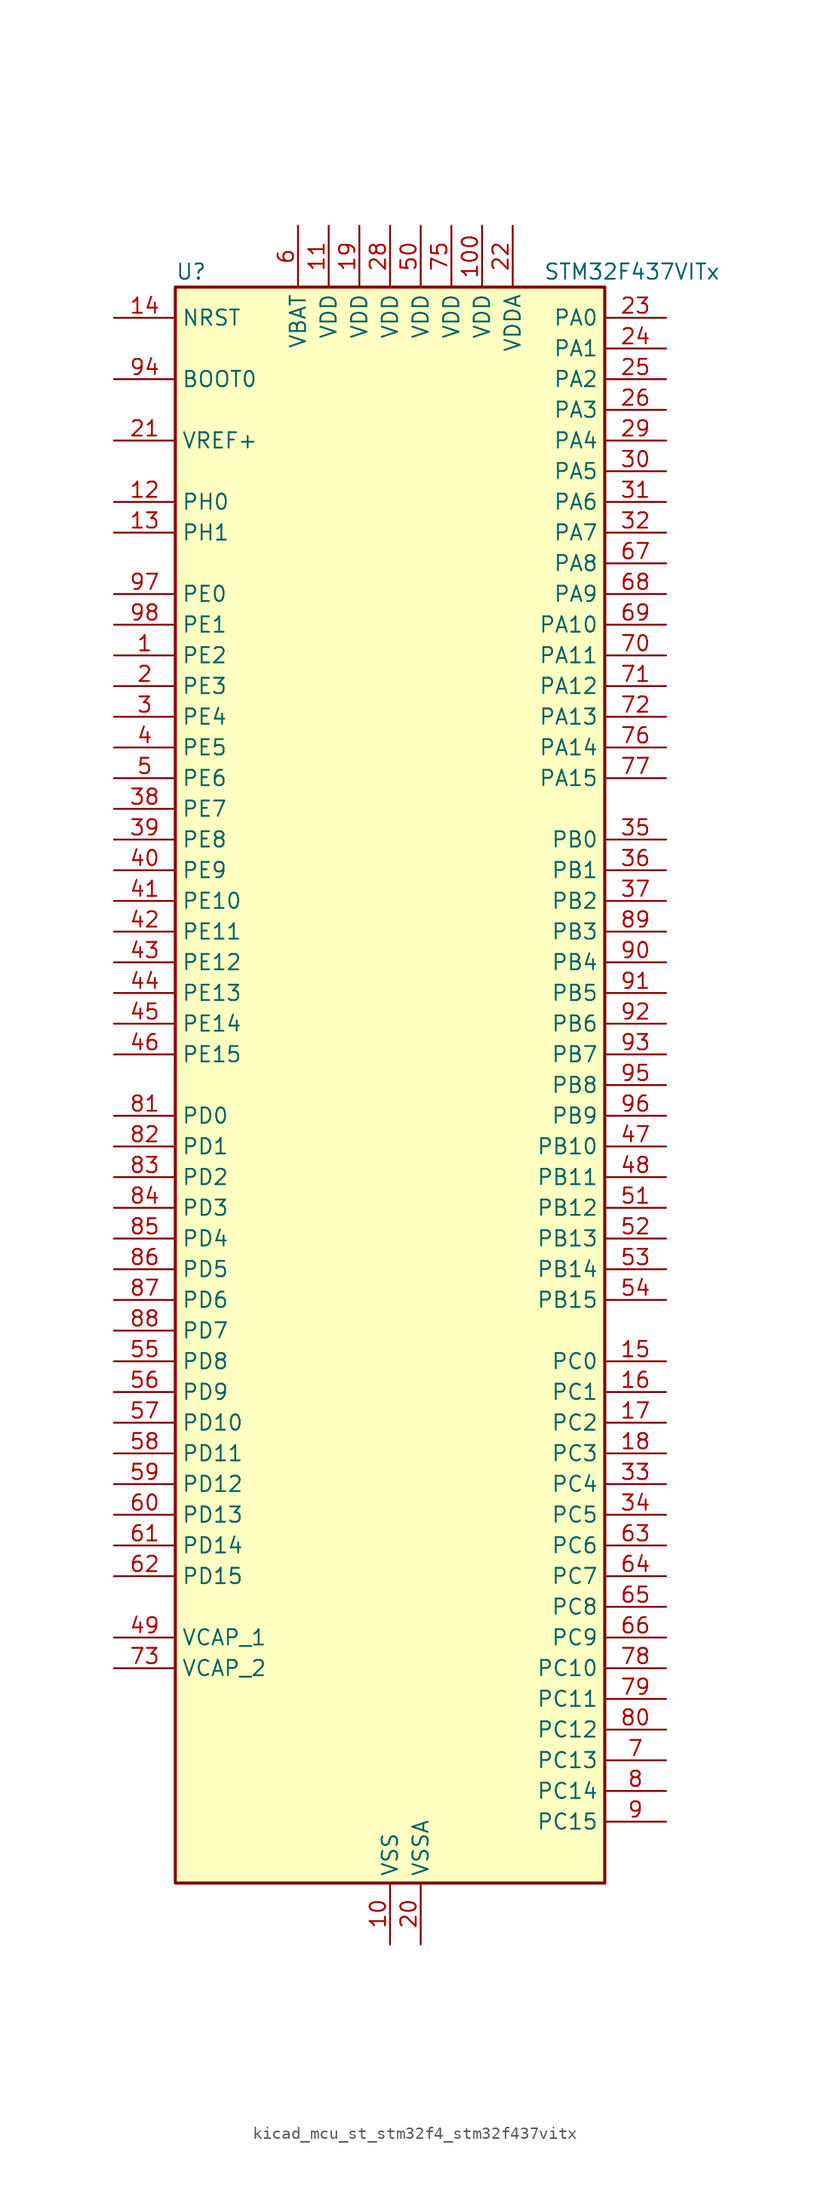
<source format=kicad_sym>
(kicad_symbol_lib
  (version 20220914)
  (generator kicad_symbol_editor)
  (symbol "kicad_mcu_st_stm32f4_stm32f437vitx"
    (property "Reference" "U"
      (at -17.78 67.31 0)
      (effects (font (size 1.27 1.27)) (justify left)))
    (property "Value" "STM32F437VITx"
      (at 12.7 67.31 0)
      (effects (font (size 1.27 1.27)) (justify left)))
    (property "ki_locked" ""
      (at 0 0 0)
      (effects (font (size 1.27 1.27))))
    (symbol "kicad_mcu_st_stm32f4_stm32f437vitx_0_1"
      (rectangle (start -17.78 -66.04) (end 17.78 66.04) (stroke (width 0.254) (type default)) (fill (type background))))
    (symbol "kicad_mcu_st_stm32f4_stm32f437vitx_1_1"
      (pin bidirectional line (at -22.86 35.56 0) (length 5.08) (name "PE2" (effects (font (size 1.27 1.27)))) (number "1" (effects (font (size 1.27 1.27)))) (alternate "ETH_TXD3" bidirectional line) (alternate "FMC_A23" bidirectional line) (alternate "SAI1_MCLK_A" bidirectional line) (alternate "SPI4_SCK" bidirectional line) (alternate "SYS_TRACECLK" bidirectional line))
      (pin power_in line (at 0 -71.12 90) (length 5.08) (name "VSS" (effects (font (size 1.27 1.27)))) (number "10" (effects (font (size 1.27 1.27)))))
      (pin power_in line (at 7.62 71.12 270) (length 5.08) (name "VDD" (effects (font (size 1.27 1.27)))) (number "100" (effects (font (size 1.27 1.27)))))
      (pin power_in line (at -5.08 71.12 270) (length 5.08) (name "VDD" (effects (font (size 1.27 1.27)))) (number "11" (effects (font (size 1.27 1.27)))))
      (pin bidirectional line (at -22.86 48.26 0) (length 5.08) (name "PH0" (effects (font (size 1.27 1.27)))) (number "12" (effects (font (size 1.27 1.27)))) (alternate "RCC_OSC_IN" bidirectional line))
      (pin bidirectional line (at -22.86 45.72 0) (length 5.08) (name "PH1" (effects (font (size 1.27 1.27)))) (number "13" (effects (font (size 1.27 1.27)))) (alternate "RCC_OSC_OUT" bidirectional line))
      (pin input line (at -22.86 63.5 0) (length 5.08) (name "NRST" (effects (font (size 1.27 1.27)))) (number "14" (effects (font (size 1.27 1.27)))))
      (pin bidirectional line (at 22.86 -22.86 180) (length 5.08) (name "PC0" (effects (font (size 1.27 1.27)))) (number "15" (effects (font (size 1.27 1.27)))) (alternate "ADC1_IN10" bidirectional line) (alternate "ADC2_IN10" bidirectional line) (alternate "ADC3_IN10" bidirectional line) (alternate "FMC_SDNWE" bidirectional line) (alternate "USB_OTG_HS_ULPI_STP" bidirectional line))
      (pin bidirectional line (at 22.86 -25.4 180) (length 5.08) (name "PC1" (effects (font (size 1.27 1.27)))) (number "16" (effects (font (size 1.27 1.27)))) (alternate "ADC1_IN11" bidirectional line) (alternate "ADC2_IN11" bidirectional line) (alternate "ADC3_IN11" bidirectional line) (alternate "ETH_MDC" bidirectional line))
      (pin bidirectional line (at 22.86 -27.94 180) (length 5.08) (name "PC2" (effects (font (size 1.27 1.27)))) (number "17" (effects (font (size 1.27 1.27)))) (alternate "ADC1_IN12" bidirectional line) (alternate "ADC2_IN12" bidirectional line) (alternate "ADC3_IN12" bidirectional line) (alternate "ETH_TXD2" bidirectional line) (alternate "FMC_SDNE0" bidirectional line) (alternate "I2S2_ext_SD" bidirectional line) (alternate "SPI2_MISO" bidirectional line) (alternate "USB_OTG_HS_ULPI_DIR" bidirectional line))
      (pin bidirectional line (at 22.86 -30.48 180) (length 5.08) (name "PC3" (effects (font (size 1.27 1.27)))) (number "18" (effects (font (size 1.27 1.27)))) (alternate "ADC1_IN13" bidirectional line) (alternate "ADC2_IN13" bidirectional line) (alternate "ADC3_IN13" bidirectional line) (alternate "ETH_TX_CLK" bidirectional line) (alternate "FMC_SDCKE0" bidirectional line) (alternate "I2S2_SD" bidirectional line) (alternate "SPI2_MOSI" bidirectional line) (alternate "USB_OTG_HS_ULPI_NXT" bidirectional line))
      (pin power_in line (at -2.54 71.12 270) (length 5.08) (name "VDD" (effects (font (size 1.27 1.27)))) (number "19" (effects (font (size 1.27 1.27)))))
      (pin bidirectional line (at -22.86 33.02 0) (length 5.08) (name "PE3" (effects (font (size 1.27 1.27)))) (number "2" (effects (font (size 1.27 1.27)))) (alternate "FMC_A19" bidirectional line) (alternate "SAI1_SD_B" bidirectional line) (alternate "SYS_TRACED0" bidirectional line))
      (pin power_in line (at 2.54 -71.12 90) (length 5.08) (name "VSSA" (effects (font (size 1.27 1.27)))) (number "20" (effects (font (size 1.27 1.27)))))
      (pin input line (at -22.86 53.34 0) (length 5.08) (name "VREF+" (effects (font (size 1.27 1.27)))) (number "21" (effects (font (size 1.27 1.27)))))
      (pin power_in line (at 10.16 71.12 270) (length 5.08) (name "VDDA" (effects (font (size 1.27 1.27)))) (number "22" (effects (font (size 1.27 1.27)))))
      (pin bidirectional line (at 22.86 63.5 180) (length 5.08) (name "PA0" (effects (font (size 1.27 1.27)))) (number "23" (effects (font (size 1.27 1.27)))) (alternate "ADC1_IN0" bidirectional line) (alternate "ADC2_IN0" bidirectional line) (alternate "ADC3_IN0" bidirectional line) (alternate "ETH_CRS" bidirectional line) (alternate "SYS_WKUP" bidirectional line) (alternate "TIM2_CH1" bidirectional line) (alternate "TIM2_ETR" bidirectional line) (alternate "TIM5_CH1" bidirectional line) (alternate "TIM8_ETR" bidirectional line) (alternate "UART4_TX" bidirectional line) (alternate "USART2_CTS" bidirectional line))
      (pin bidirectional line (at 22.86 60.96 180) (length 5.08) (name "PA1" (effects (font (size 1.27 1.27)))) (number "24" (effects (font (size 1.27 1.27)))) (alternate "ADC1_IN1" bidirectional line) (alternate "ADC2_IN1" bidirectional line) (alternate "ADC3_IN1" bidirectional line) (alternate "ETH_REF_CLK" bidirectional line) (alternate "ETH_RX_CLK" bidirectional line) (alternate "TIM2_CH2" bidirectional line) (alternate "TIM5_CH2" bidirectional line) (alternate "UART4_RX" bidirectional line) (alternate "USART2_RTS" bidirectional line))
      (pin bidirectional line (at 22.86 58.42 180) (length 5.08) (name "PA2" (effects (font (size 1.27 1.27)))) (number "25" (effects (font (size 1.27 1.27)))) (alternate "ADC1_IN2" bidirectional line) (alternate "ADC2_IN2" bidirectional line) (alternate "ADC3_IN2" bidirectional line) (alternate "ETH_MDIO" bidirectional line) (alternate "TIM2_CH3" bidirectional line) (alternate "TIM5_CH3" bidirectional line) (alternate "TIM9_CH1" bidirectional line) (alternate "USART2_TX" bidirectional line))
      (pin bidirectional line (at 22.86 55.88 180) (length 5.08) (name "PA3" (effects (font (size 1.27 1.27)))) (number "26" (effects (font (size 1.27 1.27)))) (alternate "ADC1_IN3" bidirectional line) (alternate "ADC2_IN3" bidirectional line) (alternate "ADC3_IN3" bidirectional line) (alternate "ETH_COL" bidirectional line) (alternate "TIM2_CH4" bidirectional line) (alternate "TIM5_CH4" bidirectional line) (alternate "TIM9_CH2" bidirectional line) (alternate "USART2_RX" bidirectional line) (alternate "USB_OTG_HS_ULPI_D0" bidirectional line))
      (pin passive line (at 0 -71.12 90) (length 5.08) hide (name "VSS" (effects (font (size 1.27 1.27)))) (number "27" (effects (font (size 1.27 1.27)))))
      (pin power_in line (at 0 71.12 270) (length 5.08) (name "VDD" (effects (font (size 1.27 1.27)))) (number "28" (effects (font (size 1.27 1.27)))))
      (pin bidirectional line (at 22.86 53.34 180) (length 5.08) (name "PA4" (effects (font (size 1.27 1.27)))) (number "29" (effects (font (size 1.27 1.27)))) (alternate "ADC1_IN4" bidirectional line) (alternate "ADC2_IN4" bidirectional line) (alternate "DAC_OUT1" bidirectional line) (alternate "DCMI_HSYNC" bidirectional line) (alternate "I2S3_WS" bidirectional line) (alternate "SPI1_NSS" bidirectional line) (alternate "SPI3_NSS" bidirectional line) (alternate "USART2_CK" bidirectional line) (alternate "USB_OTG_HS_SOF" bidirectional line))
      (pin bidirectional line (at -22.86 30.48 0) (length 5.08) (name "PE4" (effects (font (size 1.27 1.27)))) (number "3" (effects (font (size 1.27 1.27)))) (alternate "DCMI_D4" bidirectional line) (alternate "FMC_A20" bidirectional line) (alternate "SAI1_FS_A" bidirectional line) (alternate "SPI4_NSS" bidirectional line) (alternate "SYS_TRACED1" bidirectional line))
      (pin bidirectional line (at 22.86 50.8 180) (length 5.08) (name "PA5" (effects (font (size 1.27 1.27)))) (number "30" (effects (font (size 1.27 1.27)))) (alternate "ADC1_IN5" bidirectional line) (alternate "ADC2_IN5" bidirectional line) (alternate "DAC_OUT2" bidirectional line) (alternate "SPI1_SCK" bidirectional line) (alternate "TIM2_CH1" bidirectional line) (alternate "TIM2_ETR" bidirectional line) (alternate "TIM8_CH1N" bidirectional line) (alternate "USB_OTG_HS_ULPI_CK" bidirectional line))
      (pin bidirectional line (at 22.86 48.26 180) (length 5.08) (name "PA6" (effects (font (size 1.27 1.27)))) (number "31" (effects (font (size 1.27 1.27)))) (alternate "ADC1_IN6" bidirectional line) (alternate "ADC2_IN6" bidirectional line) (alternate "DCMI_PIXCLK" bidirectional line) (alternate "SPI1_MISO" bidirectional line) (alternate "TIM13_CH1" bidirectional line) (alternate "TIM1_BKIN" bidirectional line) (alternate "TIM3_CH1" bidirectional line) (alternate "TIM8_BKIN" bidirectional line))
      (pin bidirectional line (at 22.86 45.72 180) (length 5.08) (name "PA7" (effects (font (size 1.27 1.27)))) (number "32" (effects (font (size 1.27 1.27)))) (alternate "ADC1_IN7" bidirectional line) (alternate "ADC2_IN7" bidirectional line) (alternate "ETH_CRS_DV" bidirectional line) (alternate "ETH_RX_DV" bidirectional line) (alternate "SPI1_MOSI" bidirectional line) (alternate "TIM14_CH1" bidirectional line) (alternate "TIM1_CH1N" bidirectional line) (alternate "TIM3_CH2" bidirectional line) (alternate "TIM8_CH1N" bidirectional line))
      (pin bidirectional line (at 22.86 -33.02 180) (length 5.08) (name "PC4" (effects (font (size 1.27 1.27)))) (number "33" (effects (font (size 1.27 1.27)))) (alternate "ADC1_IN14" bidirectional line) (alternate "ADC2_IN14" bidirectional line) (alternate "ETH_RXD0" bidirectional line))
      (pin bidirectional line (at 22.86 -35.56 180) (length 5.08) (name "PC5" (effects (font (size 1.27 1.27)))) (number "34" (effects (font (size 1.27 1.27)))) (alternate "ADC1_IN15" bidirectional line) (alternate "ADC2_IN15" bidirectional line) (alternate "ETH_RXD1" bidirectional line))
      (pin bidirectional line (at 22.86 20.32 180) (length 5.08) (name "PB0" (effects (font (size 1.27 1.27)))) (number "35" (effects (font (size 1.27 1.27)))) (alternate "ADC1_IN8" bidirectional line) (alternate "ADC2_IN8" bidirectional line) (alternate "ETH_RXD2" bidirectional line) (alternate "TIM1_CH2N" bidirectional line) (alternate "TIM3_CH3" bidirectional line) (alternate "TIM8_CH2N" bidirectional line) (alternate "USB_OTG_HS_ULPI_D1" bidirectional line))
      (pin bidirectional line (at 22.86 17.78 180) (length 5.08) (name "PB1" (effects (font (size 1.27 1.27)))) (number "36" (effects (font (size 1.27 1.27)))) (alternate "ADC1_IN9" bidirectional line) (alternate "ADC2_IN9" bidirectional line) (alternate "ETH_RXD3" bidirectional line) (alternate "TIM1_CH3N" bidirectional line) (alternate "TIM3_CH4" bidirectional line) (alternate "TIM8_CH3N" bidirectional line) (alternate "USB_OTG_HS_ULPI_D2" bidirectional line))
      (pin bidirectional line (at 22.86 15.24 180) (length 5.08) (name "PB2" (effects (font (size 1.27 1.27)))) (number "37" (effects (font (size 1.27 1.27)))))
      (pin bidirectional line (at -22.86 22.86 0) (length 5.08) (name "PE7" (effects (font (size 1.27 1.27)))) (number "38" (effects (font (size 1.27 1.27)))) (alternate "FMC_D4" bidirectional line) (alternate "FMC_DA4" bidirectional line) (alternate "TIM1_ETR" bidirectional line) (alternate "UART7_RX" bidirectional line))
      (pin bidirectional line (at -22.86 20.32 0) (length 5.08) (name "PE8" (effects (font (size 1.27 1.27)))) (number "39" (effects (font (size 1.27 1.27)))) (alternate "FMC_D5" bidirectional line) (alternate "FMC_DA5" bidirectional line) (alternate "TIM1_CH1N" bidirectional line) (alternate "UART7_TX" bidirectional line))
      (pin bidirectional line (at -22.86 27.94 0) (length 5.08) (name "PE5" (effects (font (size 1.27 1.27)))) (number "4" (effects (font (size 1.27 1.27)))) (alternate "DCMI_D6" bidirectional line) (alternate "FMC_A21" bidirectional line) (alternate "SAI1_SCK_A" bidirectional line) (alternate "SPI4_MISO" bidirectional line) (alternate "SYS_TRACED2" bidirectional line) (alternate "TIM9_CH1" bidirectional line))
      (pin bidirectional line (at -22.86 17.78 0) (length 5.08) (name "PE9" (effects (font (size 1.27 1.27)))) (number "40" (effects (font (size 1.27 1.27)))) (alternate "DAC_EXTI9" bidirectional line) (alternate "FMC_D6" bidirectional line) (alternate "FMC_DA6" bidirectional line) (alternate "TIM1_CH1" bidirectional line))
      (pin bidirectional line (at -22.86 15.24 0) (length 5.08) (name "PE10" (effects (font (size 1.27 1.27)))) (number "41" (effects (font (size 1.27 1.27)))) (alternate "FMC_D7" bidirectional line) (alternate "FMC_DA7" bidirectional line) (alternate "TIM1_CH2N" bidirectional line))
      (pin bidirectional line (at -22.86 12.7 0) (length 5.08) (name "PE11" (effects (font (size 1.27 1.27)))) (number "42" (effects (font (size 1.27 1.27)))) (alternate "ADC1_EXTI11" bidirectional line) (alternate "ADC2_EXTI11" bidirectional line) (alternate "ADC3_EXTI11" bidirectional line) (alternate "FMC_D8" bidirectional line) (alternate "FMC_DA8" bidirectional line) (alternate "SPI4_NSS" bidirectional line) (alternate "TIM1_CH2" bidirectional line))
      (pin bidirectional line (at -22.86 10.16 0) (length 5.08) (name "PE12" (effects (font (size 1.27 1.27)))) (number "43" (effects (font (size 1.27 1.27)))) (alternate "FMC_D9" bidirectional line) (alternate "FMC_DA9" bidirectional line) (alternate "SPI4_SCK" bidirectional line) (alternate "TIM1_CH3N" bidirectional line))
      (pin bidirectional line (at -22.86 7.62 0) (length 5.08) (name "PE13" (effects (font (size 1.27 1.27)))) (number "44" (effects (font (size 1.27 1.27)))) (alternate "FMC_D10" bidirectional line) (alternate "FMC_DA10" bidirectional line) (alternate "SPI4_MISO" bidirectional line) (alternate "TIM1_CH3" bidirectional line))
      (pin bidirectional line (at -22.86 5.08 0) (length 5.08) (name "PE14" (effects (font (size 1.27 1.27)))) (number "45" (effects (font (size 1.27 1.27)))) (alternate "FMC_D11" bidirectional line) (alternate "FMC_DA11" bidirectional line) (alternate "SPI4_MOSI" bidirectional line) (alternate "TIM1_CH4" bidirectional line))
      (pin bidirectional line (at -22.86 2.54 0) (length 5.08) (name "PE15" (effects (font (size 1.27 1.27)))) (number "46" (effects (font (size 1.27 1.27)))) (alternate "ADC1_EXTI15" bidirectional line) (alternate "ADC2_EXTI15" bidirectional line) (alternate "ADC3_EXTI15" bidirectional line) (alternate "FMC_D12" bidirectional line) (alternate "FMC_DA12" bidirectional line) (alternate "TIM1_BKIN" bidirectional line))
      (pin bidirectional line (at 22.86 -5.08 180) (length 5.08) (name "PB10" (effects (font (size 1.27 1.27)))) (number "47" (effects (font (size 1.27 1.27)))) (alternate "ETH_RX_ER" bidirectional line) (alternate "I2C2_SCL" bidirectional line) (alternate "I2S2_CK" bidirectional line) (alternate "SPI2_SCK" bidirectional line) (alternate "TIM2_CH3" bidirectional line) (alternate "USART3_TX" bidirectional line) (alternate "USB_OTG_HS_ULPI_D3" bidirectional line))
      (pin bidirectional line (at 22.86 -7.62 180) (length 5.08) (name "PB11" (effects (font (size 1.27 1.27)))) (number "48" (effects (font (size 1.27 1.27)))) (alternate "ADC1_EXTI11" bidirectional line) (alternate "ADC2_EXTI11" bidirectional line) (alternate "ADC3_EXTI11" bidirectional line) (alternate "ETH_TX_EN" bidirectional line) (alternate "I2C2_SDA" bidirectional line) (alternate "TIM2_CH4" bidirectional line) (alternate "USART3_RX" bidirectional line) (alternate "USB_OTG_HS_ULPI_D4" bidirectional line))
      (pin power_out line (at -22.86 -45.72 0) (length 5.08) (name "VCAP_1" (effects (font (size 1.27 1.27)))) (number "49" (effects (font (size 1.27 1.27)))))
      (pin bidirectional line (at -22.86 25.4 0) (length 5.08) (name "PE6" (effects (font (size 1.27 1.27)))) (number "5" (effects (font (size 1.27 1.27)))) (alternate "DCMI_D7" bidirectional line) (alternate "FMC_A22" bidirectional line) (alternate "SAI1_SD_A" bidirectional line) (alternate "SPI4_MOSI" bidirectional line) (alternate "SYS_TRACED3" bidirectional line) (alternate "TIM9_CH2" bidirectional line))
      (pin power_in line (at 2.54 71.12 270) (length 5.08) (name "VDD" (effects (font (size 1.27 1.27)))) (number "50" (effects (font (size 1.27 1.27)))))
      (pin bidirectional line (at 22.86 -10.16 180) (length 5.08) (name "PB12" (effects (font (size 1.27 1.27)))) (number "51" (effects (font (size 1.27 1.27)))) (alternate "CAN2_RX" bidirectional line) (alternate "ETH_TXD0" bidirectional line) (alternate "I2C2_SMBA" bidirectional line) (alternate "I2S2_WS" bidirectional line) (alternate "SPI2_NSS" bidirectional line) (alternate "TIM1_BKIN" bidirectional line) (alternate "USART3_CK" bidirectional line) (alternate "USB_OTG_HS_ID" bidirectional line) (alternate "USB_OTG_HS_ULPI_D5" bidirectional line))
      (pin bidirectional line (at 22.86 -12.7 180) (length 5.08) (name "PB13" (effects (font (size 1.27 1.27)))) (number "52" (effects (font (size 1.27 1.27)))) (alternate "CAN2_TX" bidirectional line) (alternate "ETH_TXD1" bidirectional line) (alternate "I2S2_CK" bidirectional line) (alternate "SPI2_SCK" bidirectional line) (alternate "TIM1_CH1N" bidirectional line) (alternate "USART3_CTS" bidirectional line) (alternate "USB_OTG_HS_ULPI_D6" bidirectional line) (alternate "USB_OTG_HS_VBUS" bidirectional line))
      (pin bidirectional line (at 22.86 -15.24 180) (length 5.08) (name "PB14" (effects (font (size 1.27 1.27)))) (number "53" (effects (font (size 1.27 1.27)))) (alternate "I2S2_ext_SD" bidirectional line) (alternate "SPI2_MISO" bidirectional line) (alternate "TIM12_CH1" bidirectional line) (alternate "TIM1_CH2N" bidirectional line) (alternate "TIM8_CH2N" bidirectional line) (alternate "USART3_RTS" bidirectional line) (alternate "USB_OTG_HS_DM" bidirectional line))
      (pin bidirectional line (at 22.86 -17.78 180) (length 5.08) (name "PB15" (effects (font (size 1.27 1.27)))) (number "54" (effects (font (size 1.27 1.27)))) (alternate "ADC1_EXTI15" bidirectional line) (alternate "ADC2_EXTI15" bidirectional line) (alternate "ADC3_EXTI15" bidirectional line) (alternate "I2S2_SD" bidirectional line) (alternate "RTC_REFIN" bidirectional line) (alternate "SPI2_MOSI" bidirectional line) (alternate "TIM12_CH2" bidirectional line) (alternate "TIM1_CH3N" bidirectional line) (alternate "TIM8_CH3N" bidirectional line) (alternate "USB_OTG_HS_DP" bidirectional line))
      (pin bidirectional line (at -22.86 -22.86 0) (length 5.08) (name "PD8" (effects (font (size 1.27 1.27)))) (number "55" (effects (font (size 1.27 1.27)))) (alternate "FMC_D13" bidirectional line) (alternate "FMC_DA13" bidirectional line) (alternate "USART3_TX" bidirectional line))
      (pin bidirectional line (at -22.86 -25.4 0) (length 5.08) (name "PD9" (effects (font (size 1.27 1.27)))) (number "56" (effects (font (size 1.27 1.27)))) (alternate "DAC_EXTI9" bidirectional line) (alternate "FMC_D14" bidirectional line) (alternate "FMC_DA14" bidirectional line) (alternate "USART3_RX" bidirectional line))
      (pin bidirectional line (at -22.86 -27.94 0) (length 5.08) (name "PD10" (effects (font (size 1.27 1.27)))) (number "57" (effects (font (size 1.27 1.27)))) (alternate "FMC_D15" bidirectional line) (alternate "FMC_DA15" bidirectional line) (alternate "USART3_CK" bidirectional line))
      (pin bidirectional line (at -22.86 -30.48 0) (length 5.08) (name "PD11" (effects (font (size 1.27 1.27)))) (number "58" (effects (font (size 1.27 1.27)))) (alternate "ADC1_EXTI11" bidirectional line) (alternate "ADC2_EXTI11" bidirectional line) (alternate "ADC3_EXTI11" bidirectional line) (alternate "FMC_A16" bidirectional line) (alternate "FMC_CLE" bidirectional line) (alternate "USART3_CTS" bidirectional line))
      (pin bidirectional line (at -22.86 -33.02 0) (length 5.08) (name "PD12" (effects (font (size 1.27 1.27)))) (number "59" (effects (font (size 1.27 1.27)))) (alternate "FMC_A17" bidirectional line) (alternate "FMC_ALE" bidirectional line) (alternate "TIM4_CH1" bidirectional line) (alternate "USART3_RTS" bidirectional line))
      (pin power_in line (at -7.62 71.12 270) (length 5.08) (name "VBAT" (effects (font (size 1.27 1.27)))) (number "6" (effects (font (size 1.27 1.27)))))
      (pin bidirectional line (at -22.86 -35.56 0) (length 5.08) (name "PD13" (effects (font (size 1.27 1.27)))) (number "60" (effects (font (size 1.27 1.27)))) (alternate "FMC_A18" bidirectional line) (alternate "TIM4_CH2" bidirectional line))
      (pin bidirectional line (at -22.86 -38.1 0) (length 5.08) (name "PD14" (effects (font (size 1.27 1.27)))) (number "61" (effects (font (size 1.27 1.27)))) (alternate "FMC_D0" bidirectional line) (alternate "FMC_DA0" bidirectional line) (alternate "TIM4_CH3" bidirectional line))
      (pin bidirectional line (at -22.86 -40.64 0) (length 5.08) (name "PD15" (effects (font (size 1.27 1.27)))) (number "62" (effects (font (size 1.27 1.27)))) (alternate "ADC1_EXTI15" bidirectional line) (alternate "ADC2_EXTI15" bidirectional line) (alternate "ADC3_EXTI15" bidirectional line) (alternate "FMC_D1" bidirectional line) (alternate "FMC_DA1" bidirectional line) (alternate "TIM4_CH4" bidirectional line))
      (pin bidirectional line (at 22.86 -38.1 180) (length 5.08) (name "PC6" (effects (font (size 1.27 1.27)))) (number "63" (effects (font (size 1.27 1.27)))) (alternate "DCMI_D0" bidirectional line) (alternate "I2S2_MCK" bidirectional line) (alternate "SDIO_D6" bidirectional line) (alternate "TIM3_CH1" bidirectional line) (alternate "TIM8_CH1" bidirectional line) (alternate "USART6_TX" bidirectional line))
      (pin bidirectional line (at 22.86 -40.64 180) (length 5.08) (name "PC7" (effects (font (size 1.27 1.27)))) (number "64" (effects (font (size 1.27 1.27)))) (alternate "DCMI_D1" bidirectional line) (alternate "I2S3_MCK" bidirectional line) (alternate "SDIO_D7" bidirectional line) (alternate "TIM3_CH2" bidirectional line) (alternate "TIM8_CH2" bidirectional line) (alternate "USART6_RX" bidirectional line))
      (pin bidirectional line (at 22.86 -43.18 180) (length 5.08) (name "PC8" (effects (font (size 1.27 1.27)))) (number "65" (effects (font (size 1.27 1.27)))) (alternate "DCMI_D2" bidirectional line) (alternate "SDIO_D0" bidirectional line) (alternate "TIM3_CH3" bidirectional line) (alternate "TIM8_CH3" bidirectional line) (alternate "USART6_CK" bidirectional line))
      (pin bidirectional line (at 22.86 -45.72 180) (length 5.08) (name "PC9" (effects (font (size 1.27 1.27)))) (number "66" (effects (font (size 1.27 1.27)))) (alternate "DAC_EXTI9" bidirectional line) (alternate "DCMI_D3" bidirectional line) (alternate "I2C3_SDA" bidirectional line) (alternate "I2S_CKIN" bidirectional line) (alternate "RCC_MCO_2" bidirectional line) (alternate "SDIO_D1" bidirectional line) (alternate "TIM3_CH4" bidirectional line) (alternate "TIM8_CH4" bidirectional line))
      (pin bidirectional line (at 22.86 43.18 180) (length 5.08) (name "PA8" (effects (font (size 1.27 1.27)))) (number "67" (effects (font (size 1.27 1.27)))) (alternate "I2C3_SCL" bidirectional line) (alternate "RCC_MCO_1" bidirectional line) (alternate "TIM1_CH1" bidirectional line) (alternate "USART1_CK" bidirectional line) (alternate "USB_OTG_FS_SOF" bidirectional line))
      (pin bidirectional line (at 22.86 40.64 180) (length 5.08) (name "PA9" (effects (font (size 1.27 1.27)))) (number "68" (effects (font (size 1.27 1.27)))) (alternate "DAC_EXTI9" bidirectional line) (alternate "DCMI_D0" bidirectional line) (alternate "I2C3_SMBA" bidirectional line) (alternate "TIM1_CH2" bidirectional line) (alternate "USART1_TX" bidirectional line) (alternate "USB_OTG_FS_VBUS" bidirectional line))
      (pin bidirectional line (at 22.86 38.1 180) (length 5.08) (name "PA10" (effects (font (size 1.27 1.27)))) (number "69" (effects (font (size 1.27 1.27)))) (alternate "DCMI_D1" bidirectional line) (alternate "TIM1_CH3" bidirectional line) (alternate "USART1_RX" bidirectional line) (alternate "USB_OTG_FS_ID" bidirectional line))
      (pin bidirectional line (at 22.86 -55.88 180) (length 5.08) (name "PC13" (effects (font (size 1.27 1.27)))) (number "7" (effects (font (size 1.27 1.27)))) (alternate "RTC_AF1" bidirectional line))
      (pin bidirectional line (at 22.86 35.56 180) (length 5.08) (name "PA11" (effects (font (size 1.27 1.27)))) (number "70" (effects (font (size 1.27 1.27)))) (alternate "ADC1_EXTI11" bidirectional line) (alternate "ADC2_EXTI11" bidirectional line) (alternate "ADC3_EXTI11" bidirectional line) (alternate "CAN1_RX" bidirectional line) (alternate "TIM1_CH4" bidirectional line) (alternate "USART1_CTS" bidirectional line) (alternate "USB_OTG_FS_DM" bidirectional line))
      (pin bidirectional line (at 22.86 33.02 180) (length 5.08) (name "PA12" (effects (font (size 1.27 1.27)))) (number "71" (effects (font (size 1.27 1.27)))) (alternate "CAN1_TX" bidirectional line) (alternate "TIM1_ETR" bidirectional line) (alternate "USART1_RTS" bidirectional line) (alternate "USB_OTG_FS_DP" bidirectional line))
      (pin bidirectional line (at 22.86 30.48 180) (length 5.08) (name "PA13" (effects (font (size 1.27 1.27)))) (number "72" (effects (font (size 1.27 1.27)))) (alternate "SYS_JTMS-SWDIO" bidirectional line))
      (pin power_out line (at -22.86 -48.26 0) (length 5.08) (name "VCAP_2" (effects (font (size 1.27 1.27)))) (number "73" (effects (font (size 1.27 1.27)))))
      (pin passive line (at 0 -71.12 90) (length 5.08) hide (name "VSS" (effects (font (size 1.27 1.27)))) (number "74" (effects (font (size 1.27 1.27)))))
      (pin power_in line (at 5.08 71.12 270) (length 5.08) (name "VDD" (effects (font (size 1.27 1.27)))) (number "75" (effects (font (size 1.27 1.27)))))
      (pin bidirectional line (at 22.86 27.94 180) (length 5.08) (name "PA14" (effects (font (size 1.27 1.27)))) (number "76" (effects (font (size 1.27 1.27)))) (alternate "SYS_JTCK-SWCLK" bidirectional line))
      (pin bidirectional line (at 22.86 25.4 180) (length 5.08) (name "PA15" (effects (font (size 1.27 1.27)))) (number "77" (effects (font (size 1.27 1.27)))) (alternate "ADC1_EXTI15" bidirectional line) (alternate "ADC2_EXTI15" bidirectional line) (alternate "ADC3_EXTI15" bidirectional line) (alternate "I2S3_WS" bidirectional line) (alternate "SPI1_NSS" bidirectional line) (alternate "SPI3_NSS" bidirectional line) (alternate "SYS_JTDI" bidirectional line) (alternate "TIM2_CH1" bidirectional line) (alternate "TIM2_ETR" bidirectional line))
      (pin bidirectional line (at 22.86 -48.26 180) (length 5.08) (name "PC10" (effects (font (size 1.27 1.27)))) (number "78" (effects (font (size 1.27 1.27)))) (alternate "DCMI_D8" bidirectional line) (alternate "I2S3_CK" bidirectional line) (alternate "SDIO_D2" bidirectional line) (alternate "SPI3_SCK" bidirectional line) (alternate "UART4_TX" bidirectional line) (alternate "USART3_TX" bidirectional line))
      (pin bidirectional line (at 22.86 -50.8 180) (length 5.08) (name "PC11" (effects (font (size 1.27 1.27)))) (number "79" (effects (font (size 1.27 1.27)))) (alternate "ADC1_EXTI11" bidirectional line) (alternate "ADC2_EXTI11" bidirectional line) (alternate "ADC3_EXTI11" bidirectional line) (alternate "DCMI_D4" bidirectional line) (alternate "I2S3_ext_SD" bidirectional line) (alternate "SDIO_D3" bidirectional line) (alternate "SPI3_MISO" bidirectional line) (alternate "UART4_RX" bidirectional line) (alternate "USART3_RX" bidirectional line))
      (pin bidirectional line (at 22.86 -58.42 180) (length 5.08) (name "PC14" (effects (font (size 1.27 1.27)))) (number "8" (effects (font (size 1.27 1.27)))) (alternate "RCC_OSC32_IN" bidirectional line))
      (pin bidirectional line (at 22.86 -53.34 180) (length 5.08) (name "PC12" (effects (font (size 1.27 1.27)))) (number "80" (effects (font (size 1.27 1.27)))) (alternate "DCMI_D9" bidirectional line) (alternate "I2S3_SD" bidirectional line) (alternate "SDIO_CK" bidirectional line) (alternate "SPI3_MOSI" bidirectional line) (alternate "UART5_TX" bidirectional line) (alternate "USART3_CK" bidirectional line))
      (pin bidirectional line (at -22.86 -2.54 0) (length 5.08) (name "PD0" (effects (font (size 1.27 1.27)))) (number "81" (effects (font (size 1.27 1.27)))) (alternate "CAN1_RX" bidirectional line) (alternate "FMC_D2" bidirectional line) (alternate "FMC_DA2" bidirectional line))
      (pin bidirectional line (at -22.86 -5.08 0) (length 5.08) (name "PD1" (effects (font (size 1.27 1.27)))) (number "82" (effects (font (size 1.27 1.27)))) (alternate "CAN1_TX" bidirectional line) (alternate "FMC_D3" bidirectional line) (alternate "FMC_DA3" bidirectional line))
      (pin bidirectional line (at -22.86 -7.62 0) (length 5.08) (name "PD2" (effects (font (size 1.27 1.27)))) (number "83" (effects (font (size 1.27 1.27)))) (alternate "DCMI_D11" bidirectional line) (alternate "SDIO_CMD" bidirectional line) (alternate "TIM3_ETR" bidirectional line) (alternate "UART5_RX" bidirectional line))
      (pin bidirectional line (at -22.86 -10.16 0) (length 5.08) (name "PD3" (effects (font (size 1.27 1.27)))) (number "84" (effects (font (size 1.27 1.27)))) (alternate "DCMI_D5" bidirectional line) (alternate "FMC_CLK" bidirectional line) (alternate "I2S2_CK" bidirectional line) (alternate "SPI2_SCK" bidirectional line) (alternate "USART2_CTS" bidirectional line))
      (pin bidirectional line (at -22.86 -12.7 0) (length 5.08) (name "PD4" (effects (font (size 1.27 1.27)))) (number "85" (effects (font (size 1.27 1.27)))) (alternate "FMC_NOE" bidirectional line) (alternate "USART2_RTS" bidirectional line))
      (pin bidirectional line (at -22.86 -15.24 0) (length 5.08) (name "PD5" (effects (font (size 1.27 1.27)))) (number "86" (effects (font (size 1.27 1.27)))) (alternate "FMC_NWE" bidirectional line) (alternate "USART2_TX" bidirectional line))
      (pin bidirectional line (at -22.86 -17.78 0) (length 5.08) (name "PD6" (effects (font (size 1.27 1.27)))) (number "87" (effects (font (size 1.27 1.27)))) (alternate "DCMI_D10" bidirectional line) (alternate "FMC_NWAIT" bidirectional line) (alternate "I2S3_SD" bidirectional line) (alternate "SAI1_SD_A" bidirectional line) (alternate "SPI3_MOSI" bidirectional line) (alternate "USART2_RX" bidirectional line))
      (pin bidirectional line (at -22.86 -20.32 0) (length 5.08) (name "PD7" (effects (font (size 1.27 1.27)))) (number "88" (effects (font (size 1.27 1.27)))) (alternate "FMC_NCE2" bidirectional line) (alternate "FMC_NE1" bidirectional line) (alternate "USART2_CK" bidirectional line))
      (pin bidirectional line (at 22.86 12.7 180) (length 5.08) (name "PB3" (effects (font (size 1.27 1.27)))) (number "89" (effects (font (size 1.27 1.27)))) (alternate "I2S3_CK" bidirectional line) (alternate "SPI1_SCK" bidirectional line) (alternate "SPI3_SCK" bidirectional line) (alternate "SYS_JTDO-SWO" bidirectional line) (alternate "TIM2_CH2" bidirectional line))
      (pin bidirectional line (at 22.86 -60.96 180) (length 5.08) (name "PC15" (effects (font (size 1.27 1.27)))) (number "9" (effects (font (size 1.27 1.27)))) (alternate "ADC1_EXTI15" bidirectional line) (alternate "ADC2_EXTI15" bidirectional line) (alternate "ADC3_EXTI15" bidirectional line) (alternate "RCC_OSC32_OUT" bidirectional line))
      (pin bidirectional line (at 22.86 10.16 180) (length 5.08) (name "PB4" (effects (font (size 1.27 1.27)))) (number "90" (effects (font (size 1.27 1.27)))) (alternate "I2S3_ext_SD" bidirectional line) (alternate "SPI1_MISO" bidirectional line) (alternate "SPI3_MISO" bidirectional line) (alternate "SYS_JTRST" bidirectional line) (alternate "TIM3_CH1" bidirectional line))
      (pin bidirectional line (at 22.86 7.62 180) (length 5.08) (name "PB5" (effects (font (size 1.27 1.27)))) (number "91" (effects (font (size 1.27 1.27)))) (alternate "CAN2_RX" bidirectional line) (alternate "DCMI_D10" bidirectional line) (alternate "ETH_PPS_OUT" bidirectional line) (alternate "FMC_SDCKE1" bidirectional line) (alternate "I2C1_SMBA" bidirectional line) (alternate "I2S3_SD" bidirectional line) (alternate "SPI1_MOSI" bidirectional line) (alternate "SPI3_MOSI" bidirectional line) (alternate "TIM3_CH2" bidirectional line) (alternate "USB_OTG_HS_ULPI_D7" bidirectional line))
      (pin bidirectional line (at 22.86 5.08 180) (length 5.08) (name "PB6" (effects (font (size 1.27 1.27)))) (number "92" (effects (font (size 1.27 1.27)))) (alternate "CAN2_TX" bidirectional line) (alternate "DCMI_D5" bidirectional line) (alternate "FMC_SDNE1" bidirectional line) (alternate "I2C1_SCL" bidirectional line) (alternate "TIM4_CH1" bidirectional line) (alternate "USART1_TX" bidirectional line))
      (pin bidirectional line (at 22.86 2.54 180) (length 5.08) (name "PB7" (effects (font (size 1.27 1.27)))) (number "93" (effects (font (size 1.27 1.27)))) (alternate "DCMI_VSYNC" bidirectional line) (alternate "FMC_NL" bidirectional line) (alternate "I2C1_SDA" bidirectional line) (alternate "TIM4_CH2" bidirectional line) (alternate "USART1_RX" bidirectional line))
      (pin input line (at -22.86 58.42 0) (length 5.08) (name "BOOT0" (effects (font (size 1.27 1.27)))) (number "94" (effects (font (size 1.27 1.27)))))
      (pin bidirectional line (at 22.86 0 180) (length 5.08) (name "PB8" (effects (font (size 1.27 1.27)))) (number "95" (effects (font (size 1.27 1.27)))) (alternate "CAN1_RX" bidirectional line) (alternate "DCMI_D6" bidirectional line) (alternate "ETH_TXD3" bidirectional line) (alternate "I2C1_SCL" bidirectional line) (alternate "SDIO_D4" bidirectional line) (alternate "TIM10_CH1" bidirectional line) (alternate "TIM4_CH3" bidirectional line))
      (pin bidirectional line (at 22.86 -2.54 180) (length 5.08) (name "PB9" (effects (font (size 1.27 1.27)))) (number "96" (effects (font (size 1.27 1.27)))) (alternate "CAN1_TX" bidirectional line) (alternate "DAC_EXTI9" bidirectional line) (alternate "DCMI_D7" bidirectional line) (alternate "I2C1_SDA" bidirectional line) (alternate "I2S2_WS" bidirectional line) (alternate "SDIO_D5" bidirectional line) (alternate "SPI2_NSS" bidirectional line) (alternate "TIM11_CH1" bidirectional line) (alternate "TIM4_CH4" bidirectional line))
      (pin bidirectional line (at -22.86 40.64 0) (length 5.08) (name "PE0" (effects (font (size 1.27 1.27)))) (number "97" (effects (font (size 1.27 1.27)))) (alternate "DCMI_D2" bidirectional line) (alternate "FMC_NBL0" bidirectional line) (alternate "TIM4_ETR" bidirectional line) (alternate "UART8_RX" bidirectional line))
      (pin bidirectional line (at -22.86 38.1 0) (length 5.08) (name "PE1" (effects (font (size 1.27 1.27)))) (number "98" (effects (font (size 1.27 1.27)))) (alternate "DCMI_D3" bidirectional line) (alternate "FMC_NBL1" bidirectional line) (alternate "UART8_TX" bidirectional line))
      (pin passive line (at 0 -71.12 90) (length 5.08) hide (name "VSS" (effects (font (size 1.27 1.27)))) (number "99" (effects (font (size 1.27 1.27))))))))
</source>
